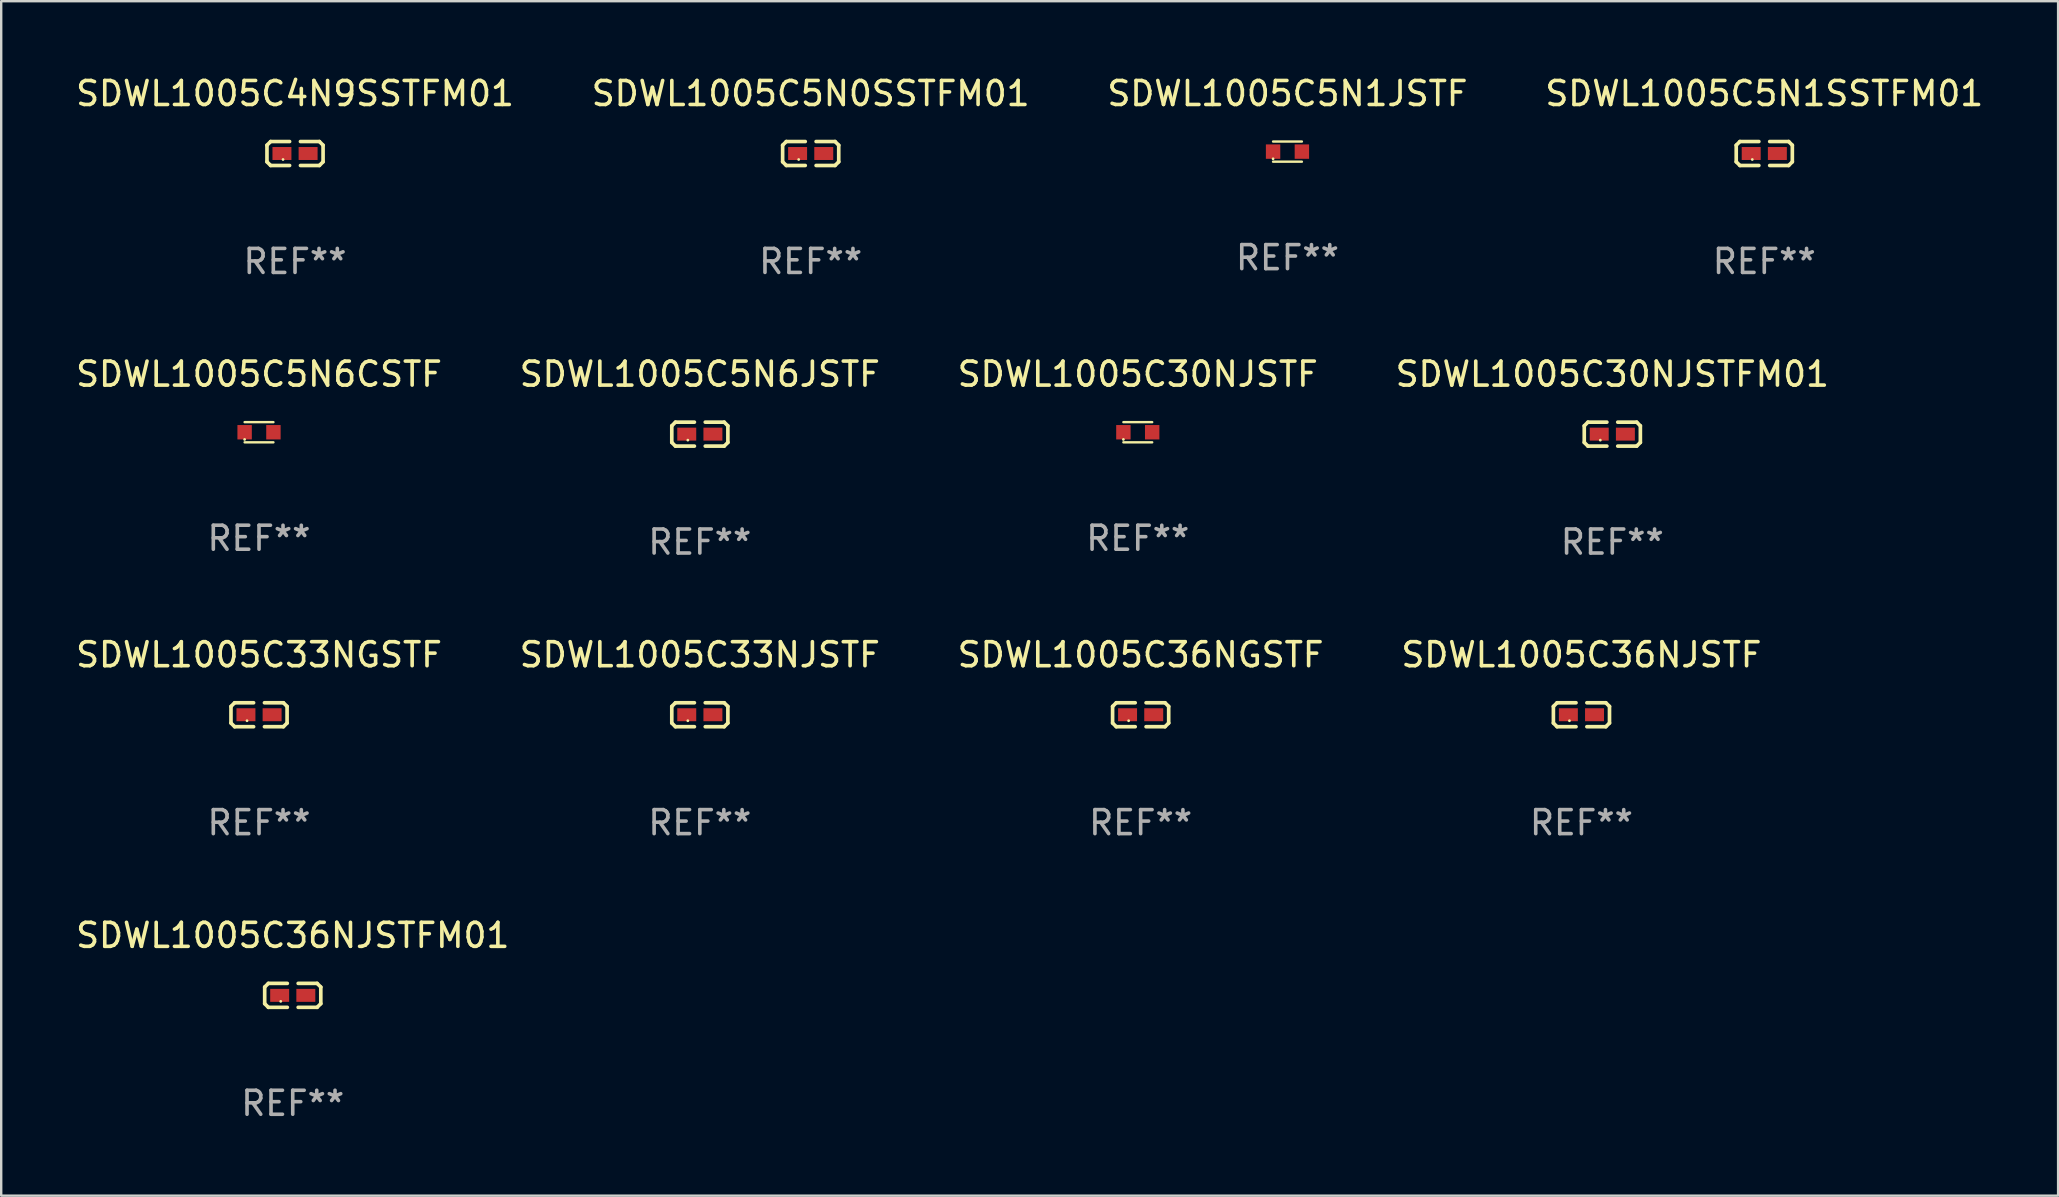
<source format=kicad_pcb>
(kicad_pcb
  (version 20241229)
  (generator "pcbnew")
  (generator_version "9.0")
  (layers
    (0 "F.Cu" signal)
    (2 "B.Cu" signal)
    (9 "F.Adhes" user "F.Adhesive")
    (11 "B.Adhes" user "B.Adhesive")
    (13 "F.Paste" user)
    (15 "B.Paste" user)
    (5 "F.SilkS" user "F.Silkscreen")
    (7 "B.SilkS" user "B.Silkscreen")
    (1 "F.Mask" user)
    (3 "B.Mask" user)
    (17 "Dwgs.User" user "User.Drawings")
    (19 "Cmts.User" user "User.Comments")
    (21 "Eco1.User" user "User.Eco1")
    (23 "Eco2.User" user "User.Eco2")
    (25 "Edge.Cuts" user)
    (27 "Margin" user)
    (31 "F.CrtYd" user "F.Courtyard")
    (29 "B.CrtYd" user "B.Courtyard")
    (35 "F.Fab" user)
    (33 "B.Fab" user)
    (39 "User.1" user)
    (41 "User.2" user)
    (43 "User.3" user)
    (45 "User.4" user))
  (footprint "SDWL1005C36NGSTF"
    (layer "F.Cu")
    (at 44.482 26.734)
    (property "Reference" "SDWL1005C36NGSTF" (at 0 -2.499 0) (layer "F.SilkS") (effects (font (size 1 1) (thickness 0.15))))
    (attr through_hole)
    (fp_line (start -1.169 -0.346) (end -1.016 -0.499) (stroke (width 0.152) (type solid)) (layer "F.SilkS"))
    (fp_line (start -1.169 0.346) (end -1.169 -0.346) (stroke (width 0.152) (type solid)) (layer "F.SilkS"))
    (fp_line (start -1.016 -0.499) (end -0.226 -0.499) (stroke (width 0.152) (type solid)) (layer "F.SilkS"))
    (fp_line (start -1.016 0.499) (end -1.169 0.346) (stroke (width 0.152) (type solid)) (layer "F.SilkS"))
    (fp_line (start -0.226 0.499) (end -1.016 0.499) (stroke (width 0.152) (type solid)) (layer "F.SilkS"))
    (fp_line (start 0.226 0.499) (end 1.016 0.499) (stroke (width 0.152) (type solid)) (layer "F.SilkS"))
    (fp_line (start 1.016 -0.499) (end 0.226 -0.499) (stroke (width 0.152) (type solid)) (layer "F.SilkS"))
    (fp_line (start 1.016 0.499) (end 1.169 0.346) (stroke (width 0.152) (type solid)) (layer "F.SilkS"))
    (fp_line (start 1.169 -0.346) (end 1.016 -0.499) (stroke (width 0.152) (type solid)) (layer "F.SilkS"))
    (fp_line (start 1.169 0.346) (end 1.169 -0.346) (stroke (width 0.152) (type solid)) (layer "F.SilkS"))
    (fp_circle (center -0.5 0.25) (end -0.47 0.25) (stroke (width 0.06) (type solid)) (fill no) (layer "F.SilkS"))
    (fp_text user "REF**" (at 0 4.499 0) (layer "F.Fab") (effects (font (size 1 1) (thickness 0.15))))
    (pad "1" smd rect (at -0.545 0) (size 0.79 0.54) (layers "F.Cu" "F.Mask" "F.Paste"))
    (pad "2" smd rect (at 0.545 0) (size 0.79 0.54) (layers "F.Cu" "F.Mask" "F.Paste")))
  (footprint "SDWL1005C5N1SSTFM01"
    (layer "F.Cu")
    (at 70.47 3.347)
    (property "Reference" "SDWL1005C5N1SSTFM01" (at 0 -2.499 0) (layer "F.SilkS") (effects (font (size 1 1) (thickness 0.15))))
    (attr through_hole)
    (fp_line (start -1.169 -0.346) (end -1.016 -0.499) (stroke (width 0.152) (type solid)) (layer "F.SilkS"))
    (fp_line (start -1.169 0.346) (end -1.169 -0.346) (stroke (width 0.152) (type solid)) (layer "F.SilkS"))
    (fp_line (start -1.016 -0.499) (end -0.226 -0.499) (stroke (width 0.152) (type solid)) (layer "F.SilkS"))
    (fp_line (start -1.016 0.499) (end -1.169 0.346) (stroke (width 0.152) (type solid)) (layer "F.SilkS"))
    (fp_line (start -0.226 0.499) (end -1.016 0.499) (stroke (width 0.152) (type solid)) (layer "F.SilkS"))
    (fp_line (start 0.226 0.499) (end 1.016 0.499) (stroke (width 0.152) (type solid)) (layer "F.SilkS"))
    (fp_line (start 1.016 -0.499) (end 0.226 -0.499) (stroke (width 0.152) (type solid)) (layer "F.SilkS"))
    (fp_line (start 1.016 0.499) (end 1.169 0.346) (stroke (width 0.152) (type solid)) (layer "F.SilkS"))
    (fp_line (start 1.169 -0.346) (end 1.016 -0.499) (stroke (width 0.152) (type solid)) (layer "F.SilkS"))
    (fp_line (start 1.169 0.346) (end 1.169 -0.346) (stroke (width 0.152) (type solid)) (layer "F.SilkS"))
    (fp_circle (center -0.5 0.25) (end -0.47 0.25) (stroke (width 0.06) (type solid)) (fill no) (layer "F.SilkS"))
    (fp_text user "REF**" (at 0 4.499 0) (layer "F.Fab") (effects (font (size 1 1) (thickness 0.15))))
    (pad "1" smd rect (at -0.545 0) (size 0.79 0.54) (layers "F.Cu" "F.Mask" "F.Paste"))
    (pad "2" smd rect (at 0.545 0) (size 0.79 0.54) (layers "F.Cu" "F.Mask" "F.Paste")))
  (footprint "SDWL1005C5N0SSTFM01"
    (layer "F.Cu")
    (at 30.732 3.347)
    (property "Reference" "SDWL1005C5N0SSTFM01" (at 0 -2.499 0) (layer "F.SilkS") (effects (font (size 1 1) (thickness 0.15))))
    (attr through_hole)
    (fp_line (start -1.169 -0.346) (end -1.016 -0.499) (stroke (width 0.152) (type solid)) (layer "F.SilkS"))
    (fp_line (start -1.169 0.346) (end -1.169 -0.346) (stroke (width 0.152) (type solid)) (layer "F.SilkS"))
    (fp_line (start -1.016 -0.499) (end -0.226 -0.499) (stroke (width 0.152) (type solid)) (layer "F.SilkS"))
    (fp_line (start -1.016 0.499) (end -1.169 0.346) (stroke (width 0.152) (type solid)) (layer "F.SilkS"))
    (fp_line (start -0.226 0.499) (end -1.016 0.499) (stroke (width 0.152) (type solid)) (layer "F.SilkS"))
    (fp_line (start 0.226 0.499) (end 1.016 0.499) (stroke (width 0.152) (type solid)) (layer "F.SilkS"))
    (fp_line (start 1.016 -0.499) (end 0.226 -0.499) (stroke (width 0.152) (type solid)) (layer "F.SilkS"))
    (fp_line (start 1.016 0.499) (end 1.169 0.346) (stroke (width 0.152) (type solid)) (layer "F.SilkS"))
    (fp_line (start 1.169 -0.346) (end 1.016 -0.499) (stroke (width 0.152) (type solid)) (layer "F.SilkS"))
    (fp_line (start 1.169 0.346) (end 1.169 -0.346) (stroke (width 0.152) (type solid)) (layer "F.SilkS"))
    (fp_circle (center -0.5 0.25) (end -0.47 0.25) (stroke (width 0.06) (type solid)) (fill no) (layer "F.SilkS"))
    (fp_text user "REF**" (at 0 4.499 0) (layer "F.Fab") (effects (font (size 1 1) (thickness 0.15))))
    (pad "1" smd rect (at -0.545 0) (size 0.79 0.54) (layers "F.Cu" "F.Mask" "F.Paste"))
    (pad "2" smd rect (at 0.545 0) (size 0.79 0.54) (layers "F.Cu" "F.Mask" "F.Paste")))
  (footprint "SDWL1005C30NJSTF"
    (layer "F.Cu")
    (at 44.363 14.962)
    (property "Reference" "SDWL1005C30NJSTF" (at 0 -2.42 0) (layer "F.SilkS") (effects (font (size 1 1) (thickness 0.15))))
    (attr through_hole)
    (fp_line (start -0.6 -0.42) (end 0.6 -0.42) (stroke (width 0.1) (type solid)) (layer "F.SilkS"))
    (fp_line (start -0.6 0.42) (end 0.6 0.42) (stroke (width 0.1) (type solid)) (layer "F.SilkS"))
    (fp_circle (center -0.6 0.3) (end -0.57 0.3) (stroke (width 0.06) (type solid)) (fill no) (layer "F.SilkS"))
    (fp_text user "REF**" (at 0 4.42 0) (layer "F.Fab") (effects (font (size 1 1) (thickness 0.15))))
    (pad "1" smd rect (at -0.6 0) (size 0.6 0.6) (layers "F.Cu" "F.Mask" "F.Paste"))
    (pad "2" smd rect (at 0.6 0) (size 0.6 0.6) (layers "F.Cu" "F.Mask" "F.Paste")))
  (footprint "SDWL1005C33NGSTF"
    (layer "F.Cu")
    (at 7.744 26.734)
    (property "Reference" "SDWL1005C33NGSTF" (at 0 -2.499 0) (layer "F.SilkS") (effects (font (size 1 1) (thickness 0.15))))
    (attr through_hole)
    (fp_line (start -1.169 -0.346) (end -1.016 -0.499) (stroke (width 0.152) (type solid)) (layer "F.SilkS"))
    (fp_line (start -1.169 0.346) (end -1.169 -0.346) (stroke (width 0.152) (type solid)) (layer "F.SilkS"))
    (fp_line (start -1.016 -0.499) (end -0.226 -0.499) (stroke (width 0.152) (type solid)) (layer "F.SilkS"))
    (fp_line (start -1.016 0.499) (end -1.169 0.346) (stroke (width 0.152) (type solid)) (layer "F.SilkS"))
    (fp_line (start -0.226 0.499) (end -1.016 0.499) (stroke (width 0.152) (type solid)) (layer "F.SilkS"))
    (fp_line (start 0.226 0.499) (end 1.016 0.499) (stroke (width 0.152) (type solid)) (layer "F.SilkS"))
    (fp_line (start 1.016 -0.499) (end 0.226 -0.499) (stroke (width 0.152) (type solid)) (layer "F.SilkS"))
    (fp_line (start 1.016 0.499) (end 1.169 0.346) (stroke (width 0.152) (type solid)) (layer "F.SilkS"))
    (fp_line (start 1.169 -0.346) (end 1.016 -0.499) (stroke (width 0.152) (type solid)) (layer "F.SilkS"))
    (fp_line (start 1.169 0.346) (end 1.169 -0.346) (stroke (width 0.152) (type solid)) (layer "F.SilkS"))
    (fp_circle (center -0.5 0.25) (end -0.47 0.25) (stroke (width 0.06) (type solid)) (fill no) (layer "F.SilkS"))
    (fp_text user "REF**" (at 0 4.499 0) (layer "F.Fab") (effects (font (size 1 1) (thickness 0.15))))
    (pad "1" smd rect (at -0.545 0) (size 0.79 0.54) (layers "F.Cu" "F.Mask" "F.Paste"))
    (pad "2" smd rect (at 0.545 0) (size 0.79 0.54) (layers "F.Cu" "F.Mask" "F.Paste")))
  (footprint "SDWL1005C5N1JSTF"
    (layer "F.Cu")
    (at 50.601 3.268)
    (property "Reference" "SDWL1005C5N1JSTF" (at 0 -2.42 0) (layer "F.SilkS") (effects (font (size 1 1) (thickness 0.15))))
    (attr through_hole)
    (fp_line (start -0.6 -0.42) (end 0.6 -0.42) (stroke (width 0.1) (type solid)) (layer "F.SilkS"))
    (fp_line (start -0.6 0.42) (end 0.6 0.42) (stroke (width 0.1) (type solid)) (layer "F.SilkS"))
    (fp_circle (center -0.6 0.3) (end -0.57 0.3) (stroke (width 0.06) (type solid)) (fill no) (layer "F.SilkS"))
    (fp_text user "REF**" (at 0 4.42 0) (layer "F.Fab") (effects (font (size 1 1) (thickness 0.15))))
    (pad "1" smd rect (at -0.6 0) (size 0.6 0.6) (layers "F.Cu" "F.Mask" "F.Paste"))
    (pad "2" smd rect (at 0.6 0) (size 0.6 0.6) (layers "F.Cu" "F.Mask" "F.Paste")))
  (footprint "SDWL1005C5N6JSTF"
    (layer "F.Cu")
    (at 26.113 15.041)
    (property "Reference" "SDWL1005C5N6JSTF" (at 0 -2.499 0) (layer "F.SilkS") (effects (font (size 1 1) (thickness 0.15))))
    (attr through_hole)
    (fp_line (start -1.169 -0.346) (end -1.016 -0.499) (stroke (width 0.152) (type solid)) (layer "F.SilkS"))
    (fp_line (start -1.169 0.346) (end -1.169 -0.346) (stroke (width 0.152) (type solid)) (layer "F.SilkS"))
    (fp_line (start -1.016 -0.499) (end -0.226 -0.499) (stroke (width 0.152) (type solid)) (layer "F.SilkS"))
    (fp_line (start -1.016 0.499) (end -1.169 0.346) (stroke (width 0.152) (type solid)) (layer "F.SilkS"))
    (fp_line (start -0.226 0.499) (end -1.016 0.499) (stroke (width 0.152) (type solid)) (layer "F.SilkS"))
    (fp_line (start 0.226 0.499) (end 1.016 0.499) (stroke (width 0.152) (type solid)) (layer "F.SilkS"))
    (fp_line (start 1.016 -0.499) (end 0.226 -0.499) (stroke (width 0.152) (type solid)) (layer "F.SilkS"))
    (fp_line (start 1.016 0.499) (end 1.169 0.346) (stroke (width 0.152) (type solid)) (layer "F.SilkS"))
    (fp_line (start 1.169 -0.346) (end 1.016 -0.499) (stroke (width 0.152) (type solid)) (layer "F.SilkS"))
    (fp_line (start 1.169 0.346) (end 1.169 -0.346) (stroke (width 0.152) (type solid)) (layer "F.SilkS"))
    (fp_circle (center -0.5 0.25) (end -0.47 0.25) (stroke (width 0.06) (type solid)) (fill no) (layer "F.SilkS"))
    (fp_text user "REF**" (at 0 4.499 0) (layer "F.Fab") (effects (font (size 1 1) (thickness 0.15))))
    (pad "1" smd rect (at -0.545 0) (size 0.79 0.54) (layers "F.Cu" "F.Mask" "F.Paste"))
    (pad "2" smd rect (at 0.545 0) (size 0.79 0.54) (layers "F.Cu" "F.Mask" "F.Paste")))
  (footprint "SDWL1005C4N9SSTFM01"
    (layer "F.Cu")
    (at 9.244 3.347)
    (property "Reference" "SDWL1005C4N9SSTFM01" (at 0 -2.499 0) (layer "F.SilkS") (effects (font (size 1 1) (thickness 0.15))))
    (attr through_hole)
    (fp_line (start -1.169 -0.346) (end -1.016 -0.499) (stroke (width 0.152) (type solid)) (layer "F.SilkS"))
    (fp_line (start -1.169 0.346) (end -1.169 -0.346) (stroke (width 0.152) (type solid)) (layer "F.SilkS"))
    (fp_line (start -1.016 -0.499) (end -0.226 -0.499) (stroke (width 0.152) (type solid)) (layer "F.SilkS"))
    (fp_line (start -1.016 0.499) (end -1.169 0.346) (stroke (width 0.152) (type solid)) (layer "F.SilkS"))
    (fp_line (start -0.226 0.499) (end -1.016 0.499) (stroke (width 0.152) (type solid)) (layer "F.SilkS"))
    (fp_line (start 0.226 0.499) (end 1.016 0.499) (stroke (width 0.152) (type solid)) (layer "F.SilkS"))
    (fp_line (start 1.016 -0.499) (end 0.226 -0.499) (stroke (width 0.152) (type solid)) (layer "F.SilkS"))
    (fp_line (start 1.016 0.499) (end 1.169 0.346) (stroke (width 0.152) (type solid)) (layer "F.SilkS"))
    (fp_line (start 1.169 -0.346) (end 1.016 -0.499) (stroke (width 0.152) (type solid)) (layer "F.SilkS"))
    (fp_line (start 1.169 0.346) (end 1.169 -0.346) (stroke (width 0.152) (type solid)) (layer "F.SilkS"))
    (fp_circle (center -0.5 0.25) (end -0.47 0.25) (stroke (width 0.06) (type solid)) (fill no) (layer "F.SilkS"))
    (fp_text user "REF**" (at 0 4.499 0) (layer "F.Fab") (effects (font (size 1 1) (thickness 0.15))))
    (pad "1" smd rect (at -0.545 0) (size 0.79 0.54) (layers "F.Cu" "F.Mask" "F.Paste"))
    (pad "2" smd rect (at 0.545 0) (size 0.79 0.54) (layers "F.Cu" "F.Mask" "F.Paste")))
  (footprint "SDWL1005C36NJSTF"
    (layer "F.Cu")
    (at 62.851 26.734)
    (property "Reference" "SDWL1005C36NJSTF" (at 0 -2.499 0) (layer "F.SilkS") (effects (font (size 1 1) (thickness 0.15))))
    (attr through_hole)
    (fp_line (start -1.169 -0.346) (end -1.016 -0.499) (stroke (width 0.152) (type solid)) (layer "F.SilkS"))
    (fp_line (start -1.169 0.346) (end -1.169 -0.346) (stroke (width 0.152) (type solid)) (layer "F.SilkS"))
    (fp_line (start -1.016 -0.499) (end -0.226 -0.499) (stroke (width 0.152) (type solid)) (layer "F.SilkS"))
    (fp_line (start -1.016 0.499) (end -1.169 0.346) (stroke (width 0.152) (type solid)) (layer "F.SilkS"))
    (fp_line (start -0.226 0.499) (end -1.016 0.499) (stroke (width 0.152) (type solid)) (layer "F.SilkS"))
    (fp_line (start 0.226 0.499) (end 1.016 0.499) (stroke (width 0.152) (type solid)) (layer "F.SilkS"))
    (fp_line (start 1.016 -0.499) (end 0.226 -0.499) (stroke (width 0.152) (type solid)) (layer "F.SilkS"))
    (fp_line (start 1.016 0.499) (end 1.169 0.346) (stroke (width 0.152) (type solid)) (layer "F.SilkS"))
    (fp_line (start 1.169 -0.346) (end 1.016 -0.499) (stroke (width 0.152) (type solid)) (layer "F.SilkS"))
    (fp_line (start 1.169 0.346) (end 1.169 -0.346) (stroke (width 0.152) (type solid)) (layer "F.SilkS"))
    (fp_circle (center -0.5 0.25) (end -0.47 0.25) (stroke (width 0.06) (type solid)) (fill no) (layer "F.SilkS"))
    (fp_text user "REF**" (at 0 4.499 0) (layer "F.Fab") (effects (font (size 1 1) (thickness 0.15))))
    (pad "1" smd rect (at -0.545 0) (size 0.79 0.54) (layers "F.Cu" "F.Mask" "F.Paste"))
    (pad "2" smd rect (at 0.545 0) (size 0.79 0.54) (layers "F.Cu" "F.Mask" "F.Paste")))
  (footprint "SDWL1005C5N6CSTF"
    (layer "F.Cu")
    (at 7.744 14.962)
    (property "Reference" "SDWL1005C5N6CSTF" (at 0 -2.42 0) (layer "F.SilkS") (effects (font (size 1 1) (thickness 0.15))))
    (attr through_hole)
    (fp_line (start -0.6 -0.42) (end 0.6 -0.42) (stroke (width 0.1) (type solid)) (layer "F.SilkS"))
    (fp_line (start -0.6 0.42) (end 0.6 0.42) (stroke (width 0.1) (type solid)) (layer "F.SilkS"))
    (fp_circle (center -0.6 0.3) (end -0.57 0.3) (stroke (width 0.06) (type solid)) (fill no) (layer "F.SilkS"))
    (fp_text user "REF**" (at 0 4.42 0) (layer "F.Fab") (effects (font (size 1 1) (thickness 0.15))))
    (pad "1" smd rect (at -0.6 0) (size 0.6 0.6) (layers "F.Cu" "F.Mask" "F.Paste"))
    (pad "2" smd rect (at 0.6 0) (size 0.6 0.6) (layers "F.Cu" "F.Mask" "F.Paste")))
  (footprint "SDWL1005C36NJSTFM01"
    (layer "F.Cu")
    (at 9.149 38.428)
    (property "Reference" "SDWL1005C36NJSTFM01" (at 0 -2.499 0) (layer "F.SilkS") (effects (font (size 1 1) (thickness 0.15))))
    (attr through_hole)
    (fp_line (start -1.169 -0.346) (end -1.016 -0.499) (stroke (width 0.152) (type solid)) (layer "F.SilkS"))
    (fp_line (start -1.169 0.346) (end -1.169 -0.346) (stroke (width 0.152) (type solid)) (layer "F.SilkS"))
    (fp_line (start -1.016 -0.499) (end -0.226 -0.499) (stroke (width 0.152) (type solid)) (layer "F.SilkS"))
    (fp_line (start -1.016 0.499) (end -1.169 0.346) (stroke (width 0.152) (type solid)) (layer "F.SilkS"))
    (fp_line (start -0.226 0.499) (end -1.016 0.499) (stroke (width 0.152) (type solid)) (layer "F.SilkS"))
    (fp_line (start 0.226 0.499) (end 1.016 0.499) (stroke (width 0.152) (type solid)) (layer "F.SilkS"))
    (fp_line (start 1.016 -0.499) (end 0.226 -0.499) (stroke (width 0.152) (type solid)) (layer "F.SilkS"))
    (fp_line (start 1.016 0.499) (end 1.169 0.346) (stroke (width 0.152) (type solid)) (layer "F.SilkS"))
    (fp_line (start 1.169 -0.346) (end 1.016 -0.499) (stroke (width 0.152) (type solid)) (layer "F.SilkS"))
    (fp_line (start 1.169 0.346) (end 1.169 -0.346) (stroke (width 0.152) (type solid)) (layer "F.SilkS"))
    (fp_circle (center -0.5 0.25) (end -0.47 0.25) (stroke (width 0.06) (type solid)) (fill no) (layer "F.SilkS"))
    (fp_text user "REF**" (at 0 4.499 0) (layer "F.Fab") (effects (font (size 1 1) (thickness 0.15))))
    (pad "1" smd rect (at -0.545 0) (size 0.79 0.54) (layers "F.Cu" "F.Mask" "F.Paste"))
    (pad "2" smd rect (at 0.545 0) (size 0.79 0.54) (layers "F.Cu" "F.Mask" "F.Paste")))
  (footprint "SDWL1005C30NJSTFM01"
    (layer "F.Cu")
    (at 64.137 15.041)
    (property "Reference" "SDWL1005C30NJSTFM01" (at 0 -2.499 0) (layer "F.SilkS") (effects (font (size 1 1) (thickness 0.15))))
    (attr through_hole)
    (fp_line (start -1.169 -0.346) (end -1.016 -0.499) (stroke (width 0.152) (type solid)) (layer "F.SilkS"))
    (fp_line (start -1.169 0.346) (end -1.169 -0.346) (stroke (width 0.152) (type solid)) (layer "F.SilkS"))
    (fp_line (start -1.016 -0.499) (end -0.226 -0.499) (stroke (width 0.152) (type solid)) (layer "F.SilkS"))
    (fp_line (start -1.016 0.499) (end -1.169 0.346) (stroke (width 0.152) (type solid)) (layer "F.SilkS"))
    (fp_line (start -0.226 0.499) (end -1.016 0.499) (stroke (width 0.152) (type solid)) (layer "F.SilkS"))
    (fp_line (start 0.226 0.499) (end 1.016 0.499) (stroke (width 0.152) (type solid)) (layer "F.SilkS"))
    (fp_line (start 1.016 -0.499) (end 0.226 -0.499) (stroke (width 0.152) (type solid)) (layer "F.SilkS"))
    (fp_line (start 1.016 0.499) (end 1.169 0.346) (stroke (width 0.152) (type solid)) (layer "F.SilkS"))
    (fp_line (start 1.169 -0.346) (end 1.016 -0.499) (stroke (width 0.152) (type solid)) (layer "F.SilkS"))
    (fp_line (start 1.169 0.346) (end 1.169 -0.346) (stroke (width 0.152) (type solid)) (layer "F.SilkS"))
    (fp_circle (center -0.5 0.25) (end -0.47 0.25) (stroke (width 0.06) (type solid)) (fill no) (layer "F.SilkS"))
    (fp_text user "REF**" (at 0 4.499 0) (layer "F.Fab") (effects (font (size 1 1) (thickness 0.15))))
    (pad "1" smd rect (at -0.545 0) (size 0.79 0.54) (layers "F.Cu" "F.Mask" "F.Paste"))
    (pad "2" smd rect (at 0.545 0) (size 0.79 0.54) (layers "F.Cu" "F.Mask" "F.Paste")))
  (footprint "SDWL1005C33NJSTF"
    (layer "F.Cu")
    (at 26.113 26.734)
    (property "Reference" "SDWL1005C33NJSTF" (at 0 -2.499 0) (layer "F.SilkS") (effects (font (size 1 1) (thickness 0.15))))
    (attr through_hole)
    (fp_line (start -1.169 -0.346) (end -1.016 -0.499) (stroke (width 0.152) (type solid)) (layer "F.SilkS"))
    (fp_line (start -1.169 0.346) (end -1.169 -0.346) (stroke (width 0.152) (type solid)) (layer "F.SilkS"))
    (fp_line (start -1.016 -0.499) (end -0.226 -0.499) (stroke (width 0.152) (type solid)) (layer "F.SilkS"))
    (fp_line (start -1.016 0.499) (end -1.169 0.346) (stroke (width 0.152) (type solid)) (layer "F.SilkS"))
    (fp_line (start -0.226 0.499) (end -1.016 0.499) (stroke (width 0.152) (type solid)) (layer "F.SilkS"))
    (fp_line (start 0.226 0.499) (end 1.016 0.499) (stroke (width 0.152) (type solid)) (layer "F.SilkS"))
    (fp_line (start 1.016 -0.499) (end 0.226 -0.499) (stroke (width 0.152) (type solid)) (layer "F.SilkS"))
    (fp_line (start 1.016 0.499) (end 1.169 0.346) (stroke (width 0.152) (type solid)) (layer "F.SilkS"))
    (fp_line (start 1.169 -0.346) (end 1.016 -0.499) (stroke (width 0.152) (type solid)) (layer "F.SilkS"))
    (fp_line (start 1.169 0.346) (end 1.169 -0.346) (stroke (width 0.152) (type solid)) (layer "F.SilkS"))
    (fp_circle (center -0.5 0.25) (end -0.47 0.25) (stroke (width 0.06) (type solid)) (fill no) (layer "F.SilkS"))
    (fp_text user "REF**" (at 0 4.499 0) (layer "F.Fab") (effects (font (size 1 1) (thickness 0.15))))
    (pad "1" smd rect (at -0.545 0) (size 0.79 0.54) (layers "F.Cu" "F.Mask" "F.Paste"))
    (pad "2" smd rect (at 0.545 0) (size 0.79 0.54) (layers "F.Cu" "F.Mask" "F.Paste")))
  (gr_rect
    (start -3 -3)
    (end 82.714 46.775)
    (stroke (width 0.1) (type default))
    (fill no)
    (layer "Edge.Cuts")))
</source>
